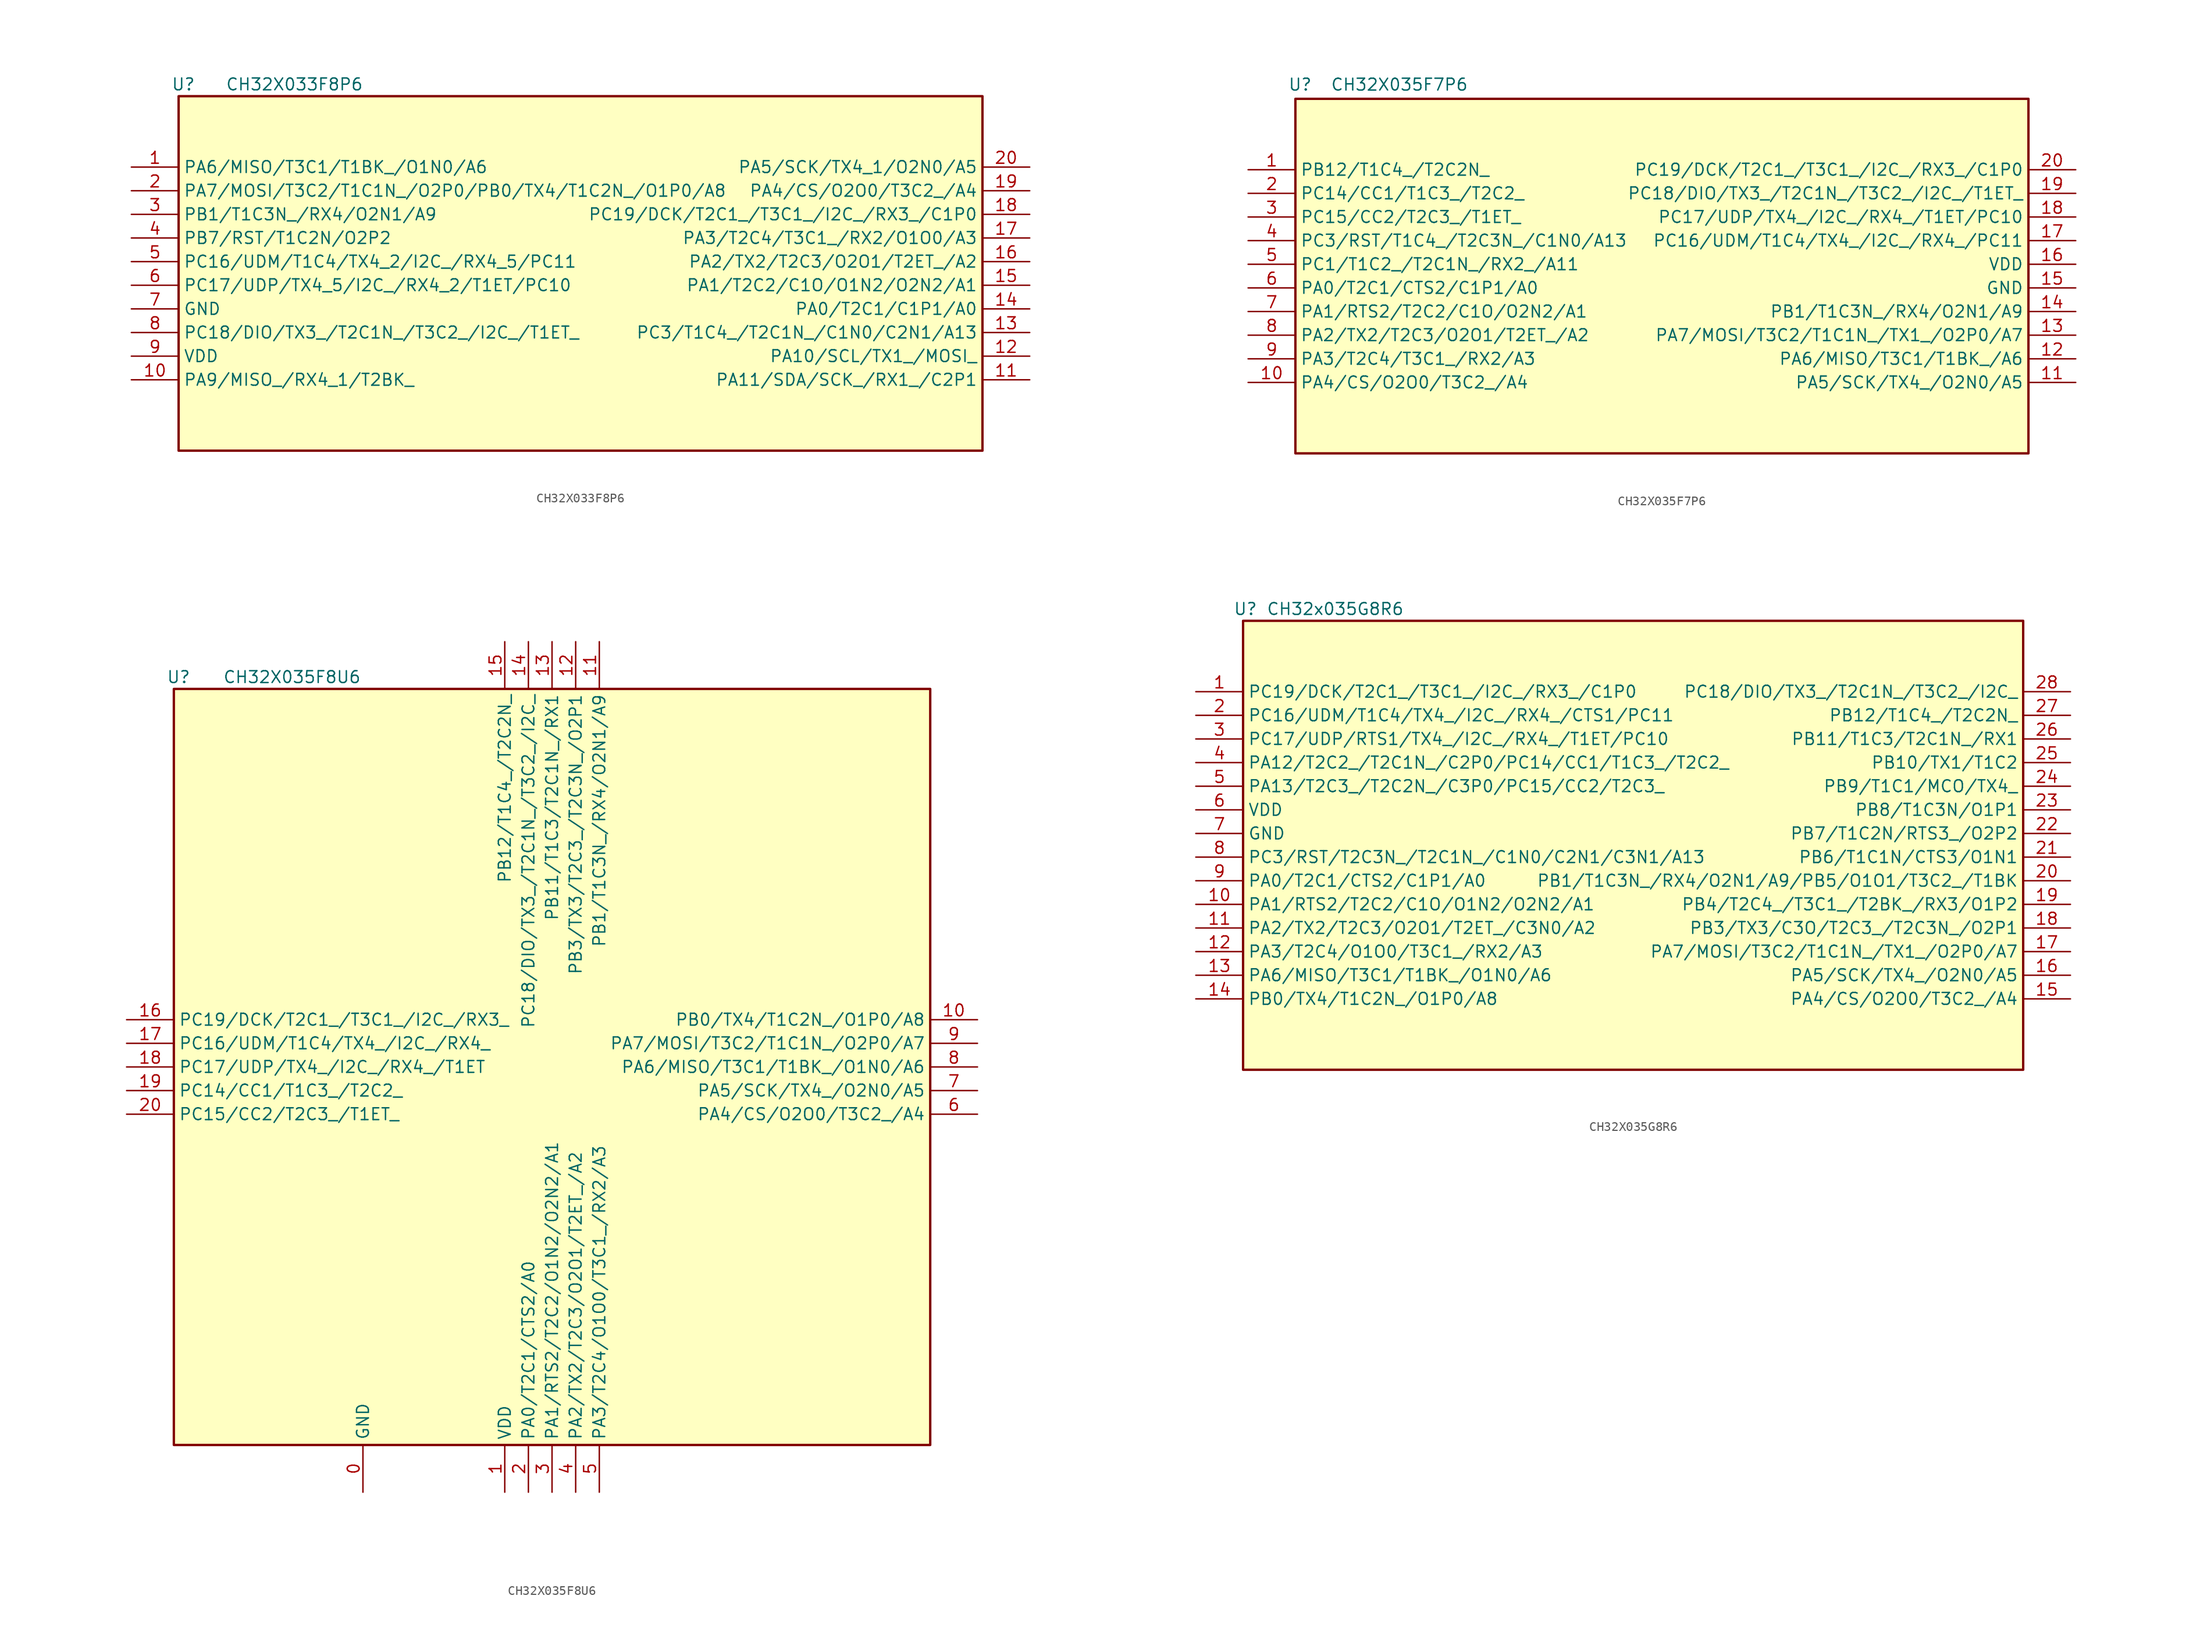
<source format=kicad_sym>
(kicad_symbol_lib
  (version 20231120)
  (generator "kicad_symbol_editor")
  (generator_version "8.0")
  (symbol "CH32X033F8P6"
    (property "Reference" "U"
      (at -40.132 20.32 0)
      (effects (font (size 1.27 1.27))))
    (property "Value" "CH32X033F8P6"
      (at -28.194 20.32 0)
      (effects (font (size 1.27 1.27))))
    (symbol "CH32X033F8P6_1_0"
      (rectangle (start -40.64 19.05) (end 45.72 -19.05) (stroke (width 0.254) (type solid) (color 128 0 0 1)) (fill (type background)))
      (pin bidirectional line (at -45.72 11.43 0) (length 5.08) (name "PA6/MISO/T3C1/T1BK_/O1N0/A6" (effects (font (size 1.27 1.27)))) (number "1" (effects (font (size 1.27 1.27)))))
      (pin bidirectional line (at -45.72 -11.43 0) (length 5.08) (name "PA9/MISO_/RX4_1/T2BK_" (effects (font (size 1.27 1.27)))) (number "10" (effects (font (size 1.27 1.27)))))
      (pin bidirectional line (at 50.8 -11.43 180) (length 5.08) (name "PA11/SDA/SCK_/RX1_/C2P1" (effects (font (size 1.27 1.27)))) (number "11" (effects (font (size 1.27 1.27)))))
      (pin bidirectional line (at 50.8 -8.89 180) (length 5.08) (name "PA10/SCL/TX1_/MOSI_" (effects (font (size 1.27 1.27)))) (number "12" (effects (font (size 1.27 1.27)))))
      (pin bidirectional line (at 50.8 -6.35 180) (length 5.08) (name "PC3/T1C4_/T2C1N_/C1N0/C2N1/A13" (effects (font (size 1.27 1.27)))) (number "13" (effects (font (size 1.27 1.27)))))
      (pin bidirectional line (at 50.8 -3.81 180) (length 5.08) (name "PA0/T2C1/C1P1/A0" (effects (font (size 1.27 1.27)))) (number "14" (effects (font (size 1.27 1.27)))))
      (pin bidirectional line (at 50.8 -1.27 180) (length 5.08) (name "PA1/T2C2/C1O/O1N2/O2N2/A1" (effects (font (size 1.27 1.27)))) (number "15" (effects (font (size 1.27 1.27)))))
      (pin bidirectional line (at 50.8 1.27 180) (length 5.08) (name "PA2/TX2/T2C3/O2O1/T2ET_/A2" (effects (font (size 1.27 1.27)))) (number "16" (effects (font (size 1.27 1.27)))))
      (pin bidirectional line (at 50.8 3.81 180) (length 5.08) (name "PA3/T2C4/T3C1_/RX2/O1O0/A3" (effects (font (size 1.27 1.27)))) (number "17" (effects (font (size 1.27 1.27)))))
      (pin bidirectional line (at 50.8 6.35 180) (length 5.08) (name "PC19/DCK/T2C1_/T3C1_/I2C_/RX3_/C1P0" (effects (font (size 1.27 1.27)))) (number "18" (effects (font (size 1.27 1.27)))))
      (pin bidirectional line (at 50.8 8.89 180) (length 5.08) (name "PA4/CS/O2O0/T3C2_/A4" (effects (font (size 1.27 1.27)))) (number "19" (effects (font (size 1.27 1.27)))))
      (pin bidirectional line (at -45.72 8.89 0) (length 5.08) (name "PA7/MOSI/T3C2/T1C1N_/O2P0/PB0/TX4/T1C2N_/O1P0/A8" (effects (font (size 1.27 1.27)))) (number "2" (effects (font (size 1.27 1.27)))))
      (pin bidirectional line (at 50.8 11.43 180) (length 5.08) (name "PA5/SCK/TX4_1/O2N0/A5" (effects (font (size 1.27 1.27)))) (number "20" (effects (font (size 1.27 1.27)))))
      (pin bidirectional line (at -45.72 6.35 0) (length 5.08) (name "PB1/T1C3N_/RX4/O2N1/A9" (effects (font (size 1.27 1.27)))) (number "3" (effects (font (size 1.27 1.27)))))
      (pin bidirectional line (at -45.72 3.81 0) (length 5.08) (name "PB7/RST/T1C2N/O2P2" (effects (font (size 1.27 1.27)))) (number "4" (effects (font (size 1.27 1.27)))))
      (pin bidirectional line (at -45.72 1.27 0) (length 5.08) (name "PC16/UDM/T1C4/TX4_2/I2C_/RX4_5/PC11" (effects (font (size 1.27 1.27)))) (number "5" (effects (font (size 1.27 1.27)))))
      (pin bidirectional line (at -45.72 -1.27 0) (length 5.08) (name "PC17/UDP/TX4_5/I2C_/RX4_2/T1ET/PC10" (effects (font (size 1.27 1.27)))) (number "6" (effects (font (size 1.27 1.27)))))
      (pin power_in line (at -45.72 -3.81 0) (length 5.08) (name "GND" (effects (font (size 1.27 1.27)))) (number "7" (effects (font (size 1.27 1.27)))))
      (pin bidirectional line (at -45.72 -6.35 0) (length 5.08) (name "PC18/DIO/TX3_/T2C1N_/T3C2_/I2C_/T1ET_" (effects (font (size 1.27 1.27)))) (number "8" (effects (font (size 1.27 1.27)))))
      (pin power_in line (at -45.72 -8.89 0) (length 5.08) (name "VDD" (effects (font (size 1.27 1.27)))) (number "9" (effects (font (size 1.27 1.27)))))))
  (symbol "CH32X035F7P6"
    (property "Reference" "U"
      (at -38.862 20.574 0)
      (effects (font (size 1.27 1.27))))
    (property "Value" "CH32X035F7P6"
      (at -28.194 20.574 0)
      (effects (font (size 1.27 1.27))))
    (symbol "CH32X035F7P6_1_0"
      (rectangle (start -39.37 19.05) (end 39.37 -19.05) (stroke (width 0.254) (type solid) (color 128 0 0 1)) (fill (type background)))
      (pin bidirectional line (at -44.45 11.43 0) (length 5.08) (name "PB12/T1C4_/T2C2N_" (effects (font (size 1.27 1.27)))) (number "1" (effects (font (size 1.27 1.27)))))
      (pin bidirectional line (at -44.45 -11.43 0) (length 5.08) (name "PA4/CS/O2O0/T3C2_/A4" (effects (font (size 1.27 1.27)))) (number "10" (effects (font (size 1.27 1.27)))))
      (pin bidirectional line (at 44.45 -11.43 180) (length 5.08) (name "PA5/SCK/TX4_/O2N0/A5" (effects (font (size 1.27 1.27)))) (number "11" (effects (font (size 1.27 1.27)))))
      (pin bidirectional line (at 44.45 -8.89 180) (length 5.08) (name "PA6/MISO/T3C1/T1BK_/A6" (effects (font (size 1.27 1.27)))) (number "12" (effects (font (size 1.27 1.27)))))
      (pin bidirectional line (at 44.45 -6.35 180) (length 5.08) (name "PA7/MOSI/T3C2/T1C1N_/TX1_/O2P0/A7" (effects (font (size 1.27 1.27)))) (number "13" (effects (font (size 1.27 1.27)))))
      (pin bidirectional line (at 44.45 -3.81 180) (length 5.08) (name "PB1/T1C3N_/RX4/O2N1/A9" (effects (font (size 1.27 1.27)))) (number "14" (effects (font (size 1.27 1.27)))))
      (pin power_in line (at 44.45 -1.27 180) (length 5.08) (name "GND" (effects (font (size 1.27 1.27)))) (number "15" (effects (font (size 1.27 1.27)))))
      (pin power_in line (at 44.45 1.27 180) (length 5.08) (name "VDD" (effects (font (size 1.27 1.27)))) (number "16" (effects (font (size 1.27 1.27)))))
      (pin bidirectional line (at 44.45 3.81 180) (length 5.08) (name "PC16/UDM/T1C4/TX4_/I2C_/RX4_/PC11" (effects (font (size 1.27 1.27)))) (number "17" (effects (font (size 1.27 1.27)))))
      (pin bidirectional line (at 44.45 6.35 180) (length 5.08) (name "PC17/UDP/TX4_/I2C_/RX4_/T1ET/PC10" (effects (font (size 1.27 1.27)))) (number "18" (effects (font (size 1.27 1.27)))))
      (pin bidirectional line (at 44.45 8.89 180) (length 5.08) (name "PC18/DIO/TX3_/T2C1N_/T3C2_/I2C_/T1ET_" (effects (font (size 1.27 1.27)))) (number "19" (effects (font (size 1.27 1.27)))))
      (pin bidirectional line (at -44.45 8.89 0) (length 5.08) (name "PC14/CC1/T1C3_/T2C2_" (effects (font (size 1.27 1.27)))) (number "2" (effects (font (size 1.27 1.27)))))
      (pin bidirectional line (at 44.45 11.43 180) (length 5.08) (name "PC19/DCK/T2C1_/T3C1_/I2C_/RX3_/C1P0" (effects (font (size 1.27 1.27)))) (number "20" (effects (font (size 1.27 1.27)))))
      (pin bidirectional line (at -44.45 6.35 0) (length 5.08) (name "PC15/CC2/T2C3_/T1ET_" (effects (font (size 1.27 1.27)))) (number "3" (effects (font (size 1.27 1.27)))))
      (pin bidirectional line (at -44.45 3.81 0) (length 5.08) (name "PC3/RST/T1C4_/T2C3N_/C1N0/A13" (effects (font (size 1.27 1.27)))) (number "4" (effects (font (size 1.27 1.27)))))
      (pin bidirectional line (at -44.45 1.27 0) (length 5.08) (name "PC1/T1C2_/T2C1N_/RX2_/A11" (effects (font (size 1.27 1.27)))) (number "5" (effects (font (size 1.27 1.27)))))
      (pin bidirectional line (at -44.45 -1.27 0) (length 5.08) (name "PA0/T2C1/CTS2/C1P1/A0" (effects (font (size 1.27 1.27)))) (number "6" (effects (font (size 1.27 1.27)))))
      (pin bidirectional line (at -44.45 -3.81 0) (length 5.08) (name "PA1/RTS2/T2C2/C1O/O2N2/A1" (effects (font (size 1.27 1.27)))) (number "7" (effects (font (size 1.27 1.27)))))
      (pin bidirectional line (at -44.45 -6.35 0) (length 5.08) (name "PA2/TX2/T2C3/O2O1/T2ET_/A2" (effects (font (size 1.27 1.27)))) (number "8" (effects (font (size 1.27 1.27)))))
      (pin bidirectional line (at -44.45 -8.89 0) (length 5.08) (name "PA3/T2C4/T3C1_/RX2/A3" (effects (font (size 1.27 1.27)))) (number "9" (effects (font (size 1.27 1.27)))))))
  (symbol "CH32X035F8U6"
    (property "Reference" "U"
      (at -41.402 43.18 0)
      (effects (font (size 1.27 1.27))))
    (property "Value" "CH32X035F8U6"
      (at -29.21 43.18 0)
      (effects (font (size 1.27 1.27))))
    (symbol "CH32X035F8U6_1_0"
      (rectangle (start -41.91 41.91) (end 39.37 -39.37) (stroke (width 0.254) (type solid) (color 128 0 0 1)) (fill (type background)))
      (pin power_in line (at -21.59 -44.45 90) (length 5.08) (name "GND" (effects (font (size 1.27 1.27)))) (number "0" (effects (font (size 1.27 1.27)))))
      (pin power_in line (at -6.35 -44.45 90) (length 5.08) (name "VDD" (effects (font (size 1.27 1.27)))) (number "1" (effects (font (size 1.27 1.27)))))
      (pin bidirectional line (at 44.45 6.35 180) (length 5.08) (name "PB0/TX4/T1C2N_/O1P0/A8" (effects (font (size 1.27 1.27)))) (number "10" (effects (font (size 1.27 1.27)))))
      (pin bidirectional line (at 3.81 46.99 270) (length 5.08) (name "PB1/T1C3N_/RX4/O2N1/A9" (effects (font (size 1.27 1.27)))) (number "11" (effects (font (size 1.27 1.27)))))
      (pin bidirectional line (at 1.27 46.99 270) (length 5.08) (name "PB3/TX3/T2C3_/T2C3N_/O2P1" (effects (font (size 1.27 1.27)))) (number "12" (effects (font (size 1.27 1.27)))))
      (pin bidirectional line (at -1.27 46.99 270) (length 5.08) (name "PB11/T1C3/T2C1N_/RX1" (effects (font (size 1.27 1.27)))) (number "13" (effects (font (size 1.27 1.27)))))
      (pin bidirectional line (at -3.81 46.99 270) (length 5.08) (name "PC18/DIO/TX3_/T2C1N_/T3C2_/I2C_" (effects (font (size 1.27 1.27)))) (number "14" (effects (font (size 1.27 1.27)))))
      (pin bidirectional line (at -6.35 46.99 270) (length 5.08) (name "PB12/T1C4_/T2C2N_" (effects (font (size 1.27 1.27)))) (number "15" (effects (font (size 1.27 1.27)))))
      (pin bidirectional line (at -46.99 6.35 0) (length 5.08) (name "PC19/DCK/T2C1_/T3C1_/I2C_/RX3_" (effects (font (size 1.27 1.27)))) (number "16" (effects (font (size 1.27 1.27)))))
      (pin bidirectional line (at -46.99 3.81 0) (length 5.08) (name "PC16/UDM/T1C4/TX4_/I2C_/RX4_" (effects (font (size 1.27 1.27)))) (number "17" (effects (font (size 1.27 1.27)))))
      (pin bidirectional line (at -46.99 1.27 0) (length 5.08) (name "PC17/UDP/TX4_/I2C_/RX4_/T1ET" (effects (font (size 1.27 1.27)))) (number "18" (effects (font (size 1.27 1.27)))))
      (pin bidirectional line (at -46.99 -1.27 0) (length 5.08) (name "PC14/CC1/T1C3_/T2C2_" (effects (font (size 1.27 1.27)))) (number "19" (effects (font (size 1.27 1.27)))))
      (pin bidirectional line (at -3.81 -44.45 90) (length 5.08) (name "PA0/T2C1/CTS2/A0" (effects (font (size 1.27 1.27)))) (number "2" (effects (font (size 1.27 1.27)))))
      (pin bidirectional line (at -46.99 -3.81 0) (length 5.08) (name "PC15/CC2/T2C3_/T1ET_" (effects (font (size 1.27 1.27)))) (number "20" (effects (font (size 1.27 1.27)))))
      (pin bidirectional line (at -1.27 -44.45 90) (length 5.08) (name "PA1/RTS2/T2C2/O1N2/O2N2/A1" (effects (font (size 1.27 1.27)))) (number "3" (effects (font (size 1.27 1.27)))))
      (pin bidirectional line (at 1.27 -44.45 90) (length 5.08) (name "PA2/TX2/T2C3/O2O1/T2ET_/A2" (effects (font (size 1.27 1.27)))) (number "4" (effects (font (size 1.27 1.27)))))
      (pin bidirectional line (at 3.81 -44.45 90) (length 5.08) (name "PA3/T2C4/O1O0/T3C1_/RX2/A3" (effects (font (size 1.27 1.27)))) (number "5" (effects (font (size 1.27 1.27)))))
      (pin bidirectional line (at 44.45 -3.81 180) (length 5.08) (name "PA4/CS/O2O0/T3C2_/A4" (effects (font (size 1.27 1.27)))) (number "6" (effects (font (size 1.27 1.27)))))
      (pin bidirectional line (at 44.45 -1.27 180) (length 5.08) (name "PA5/SCK/TX4_/O2N0/A5" (effects (font (size 1.27 1.27)))) (number "7" (effects (font (size 1.27 1.27)))))
      (pin bidirectional line (at 44.45 1.27 180) (length 5.08) (name "PA6/MISO/T3C1/T1BK_/O1N0/A6" (effects (font (size 1.27 1.27)))) (number "8" (effects (font (size 1.27 1.27)))))
      (pin bidirectional line (at 44.45 3.81 180) (length 5.08) (name "PA7/MOSI/T3C2/T1C1N_/O2P0/A7" (effects (font (size 1.27 1.27)))) (number "9" (effects (font (size 1.27 1.27)))))))
  (symbol "CH32X035G8R6"
    (property "Reference" "U"
      (at -41.656 25.4 0)
      (effects (font (size 1.27 1.27))))
    (property "Value" "CH32x035G8R6"
      (at -32.004 25.4 0)
      (effects (font (size 1.27 1.27))))
    (symbol "CH32X035G8R6_1_0"
      (rectangle (start -41.91 24.13) (end 41.91 -24.13) (stroke (width 0.254) (type solid) (color 128 0 0 1)) (fill (type background)))
      (pin bidirectional line (at -46.99 16.51 0) (length 5.08) (name "PC19/DCK/T2C1_/T3C1_/I2C_/RX3_/C1P0" (effects (font (size 1.27 1.27)))) (number "1" (effects (font (size 1.27 1.27)))))
      (pin bidirectional line (at -46.99 -6.35 0) (length 5.08) (name "PA1/RTS2/T2C2/C1O/O1N2/O2N2/A1" (effects (font (size 1.27 1.27)))) (number "10" (effects (font (size 1.27 1.27)))))
      (pin bidirectional line (at -46.99 -8.89 0) (length 5.08) (name "PA2/TX2/T2C3/O2O1/T2ET_/C3N0/A2" (effects (font (size 1.27 1.27)))) (number "11" (effects (font (size 1.27 1.27)))))
      (pin bidirectional line (at -46.99 -11.43 0) (length 5.08) (name "PA3/T2C4/O1O0/T3C1_/RX2/A3" (effects (font (size 1.27 1.27)))) (number "12" (effects (font (size 1.27 1.27)))))
      (pin bidirectional line (at -46.99 -13.97 0) (length 5.08) (name "PA6/MISO/T3C1/T1BK_/O1N0/A6" (effects (font (size 1.27 1.27)))) (number "13" (effects (font (size 1.27 1.27)))))
      (pin bidirectional line (at -46.99 -16.51 0) (length 5.08) (name "PB0/TX4/T1C2N_/O1P0/A8" (effects (font (size 1.27 1.27)))) (number "14" (effects (font (size 1.27 1.27)))))
      (pin bidirectional line (at 46.99 -16.51 180) (length 5.08) (name "PA4/CS/O2O0/T3C2_/A4" (effects (font (size 1.27 1.27)))) (number "15" (effects (font (size 1.27 1.27)))))
      (pin bidirectional line (at 46.99 -13.97 180) (length 5.08) (name "PA5/SCK/TX4_/O2N0/A5" (effects (font (size 1.27 1.27)))) (number "16" (effects (font (size 1.27 1.27)))))
      (pin bidirectional line (at 46.99 -11.43 180) (length 5.08) (name "PA7/MOSI/T3C2/T1C1N_/TX1_/O2P0/A7" (effects (font (size 1.27 1.27)))) (number "17" (effects (font (size 1.27 1.27)))))
      (pin bidirectional line (at 46.99 -8.89 180) (length 5.08) (name "PB3/TX3/C3O/T2C3_/T2C3N_/O2P1" (effects (font (size 1.27 1.27)))) (number "18" (effects (font (size 1.27 1.27)))))
      (pin bidirectional line (at 46.99 -6.35 180) (length 5.08) (name "PB4/T2C4_/T3C1_/T2BK_/RX3/O1P2" (effects (font (size 1.27 1.27)))) (number "19" (effects (font (size 1.27 1.27)))))
      (pin bidirectional line (at -46.99 13.97 0) (length 5.08) (name "PC16/UDM/T1C4/TX4_/I2C_/RX4_/CTS1/PC11" (effects (font (size 1.27 1.27)))) (number "2" (effects (font (size 1.27 1.27)))))
      (pin bidirectional line (at 46.99 -3.81 180) (length 5.08) (name "PB1/T1C3N_/RX4/O2N1/A9/PB5/O1O1/T3C2_/T1BK" (effects (font (size 1.27 1.27)))) (number "20" (effects (font (size 1.27 1.27)))))
      (pin bidirectional line (at 46.99 -1.27 180) (length 5.08) (name "PB6/T1C1N/CTS3/O1N1" (effects (font (size 1.27 1.27)))) (number "21" (effects (font (size 1.27 1.27)))))
      (pin bidirectional line (at 46.99 1.27 180) (length 5.08) (name "PB7/T1C2N/RTS3_/O2P2" (effects (font (size 1.27 1.27)))) (number "22" (effects (font (size 1.27 1.27)))))
      (pin bidirectional line (at 46.99 3.81 180) (length 5.08) (name "PB8/T1C3N/O1P1" (effects (font (size 1.27 1.27)))) (number "23" (effects (font (size 1.27 1.27)))))
      (pin bidirectional line (at 46.99 6.35 180) (length 5.08) (name "PB9/T1C1/MCO/TX4_" (effects (font (size 1.27 1.27)))) (number "24" (effects (font (size 1.27 1.27)))))
      (pin bidirectional line (at 46.99 8.89 180) (length 5.08) (name "PB10/TX1/T1C2" (effects (font (size 1.27 1.27)))) (number "25" (effects (font (size 1.27 1.27)))))
      (pin bidirectional line (at 46.99 11.43 180) (length 5.08) (name "PB11/T1C3/T2C1N_/RX1" (effects (font (size 1.27 1.27)))) (number "26" (effects (font (size 1.27 1.27)))))
      (pin bidirectional line (at 46.99 13.97 180) (length 5.08) (name "PB12/T1C4_/T2C2N_" (effects (font (size 1.27 1.27)))) (number "27" (effects (font (size 1.27 1.27)))))
      (pin bidirectional line (at 46.99 16.51 180) (length 5.08) (name "PC18/DIO/TX3_/T2C1N_/T3C2_/I2C_" (effects (font (size 1.27 1.27)))) (number "28" (effects (font (size 1.27 1.27)))))
      (pin bidirectional line (at -46.99 11.43 0) (length 5.08) (name "PC17/UDP/RTS1/TX4_/I2C_/RX4_/T1ET/PC10" (effects (font (size 1.27 1.27)))) (number "3" (effects (font (size 1.27 1.27)))))
      (pin bidirectional line (at -46.99 8.89 0) (length 5.08) (name "PA12/T2C2_/T2C1N_/C2P0/PC14/CC1/T1C3_/T2C2_" (effects (font (size 1.27 1.27)))) (number "4" (effects (font (size 1.27 1.27)))))
      (pin bidirectional line (at -46.99 6.35 0) (length 5.08) (name "PA13/T2C3_/T2C2N_/C3P0/PC15/CC2/T2C3_" (effects (font (size 1.27 1.27)))) (number "5" (effects (font (size 1.27 1.27)))))
      (pin power_in line (at -46.99 3.81 0) (length 5.08) (name "VDD" (effects (font (size 1.27 1.27)))) (number "6" (effects (font (size 1.27 1.27)))))
      (pin power_in line (at -46.99 1.27 0) (length 5.08) (name "GND" (effects (font (size 1.27 1.27)))) (number "7" (effects (font (size 1.27 1.27)))))
      (pin bidirectional line (at -46.99 -1.27 0) (length 5.08) (name "PC3/RST/T2C3N_/T2C1N_/C1N0/C2N1/C3N1/A13" (effects (font (size 1.27 1.27)))) (number "8" (effects (font (size 1.27 1.27)))))
      (pin bidirectional line (at -46.99 -3.81 0) (length 5.08) (name "PA0/T2C1/CTS2/C1P1/A0" (effects (font (size 1.27 1.27)))) (number "9" (effects (font (size 1.27 1.27))))))))
</source>
